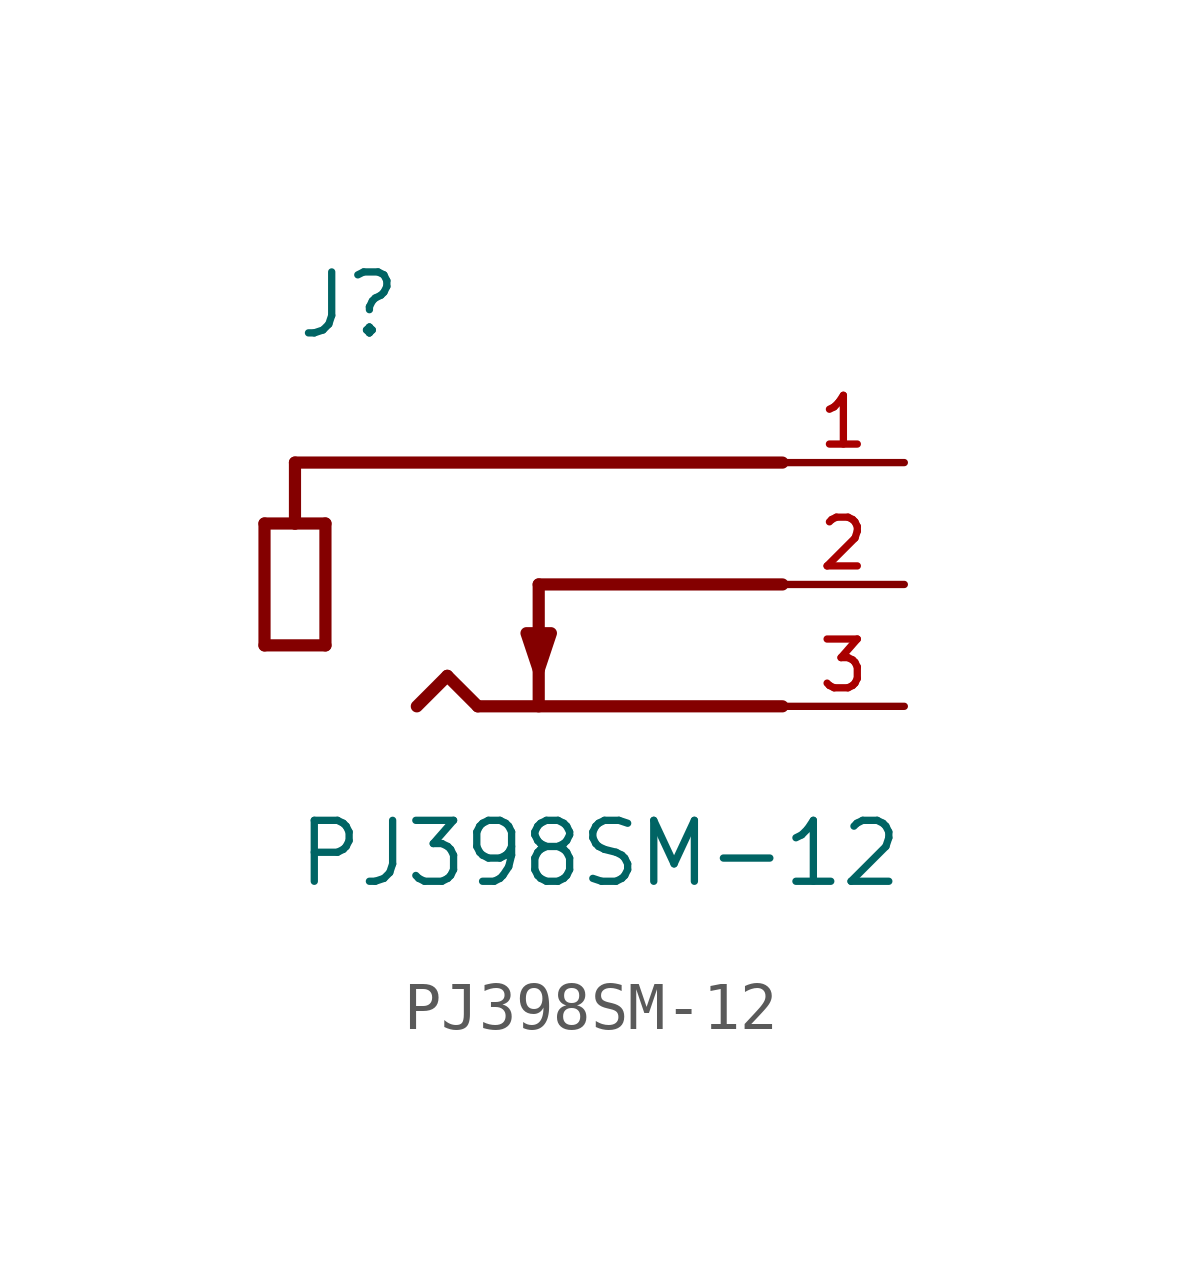
<source format=kicad_sym>
(kicad_symbol_lib
  (version 20211014)
  (generator kicad_symbol_editor)
  (symbol "PJ398SM-12"
    (pin_names
      (offset 1.016))
    (property "Reference" "J"
      (at -5.08 2.54 0)
      (effects (font (size 1.27 1.27)) (justify bottom left)))
    (property "Value" "PJ398SM-12"
      (at -5.08 -8.89 0)
      (effects (font (size 1.27 1.27)) (justify bottom left)))
    (symbol "PJ398SM-12_0_0"
      (polyline (pts (xy 5.08 0.0) (xy -5.08 0.0)) (stroke (width 0.254)))
      (polyline (pts (xy 5.08 -5.08) (xy -1.27 -5.08)) (stroke (width 0.254)))
      (polyline (pts (xy -5.08 0.0) (xy -5.08 -1.27)) (stroke (width 0.254)))
      (polyline (pts (xy -5.08 -1.27) (xy -4.445 -1.27)) (stroke (width 0.254)))
      (polyline (pts (xy -4.445 -1.27) (xy -4.445 -3.81)) (stroke (width 0.254)))
      (polyline (pts (xy -4.445 -3.81) (xy -5.715 -3.81)) (stroke (width 0.254)))
      (polyline (pts (xy -5.715 -3.81) (xy -5.715 -1.27)) (stroke (width 0.254)))
      (polyline (pts (xy -5.715 -1.27) (xy -5.08 -1.27)) (stroke (width 0.254)))
      (polyline (pts (xy -1.27 -5.08) (xy -1.905 -4.445)) (stroke (width 0.254)))
      (polyline (pts (xy -1.905 -4.445) (xy -2.54 -5.08)) (stroke (width 0.254)))
      (polyline (pts (xy 0.0 -2.54) (xy 0.0 -5.08)) (stroke (width 0.254)))
      (polyline (pts (xy 0.0 -4.318) (xy 0.254 -3.556) (xy -0.254 -3.556) (xy 0.0 -4.318)) (stroke (width 0.254)) (fill (type outline)))
      (polyline (pts (xy 0.0 -2.54) (xy 5.08 -2.54)) (stroke (width 0.254)))
      (pin passive line (at 7.62 0.0 180.0) (length 2.54) (name "~" (effects (font (size 1.016 1.016)))) (number "1" (effects (font (size 1.016 1.016)))))
      (pin passive line (at 7.62 -2.54 180.0) (length 2.54) (name "~" (effects (font (size 1.016 1.016)))) (number "2" (effects (font (size 1.016 1.016)))))
      (pin passive line (at 7.62 -5.08 180.0) (length 2.54) (name "~" (effects (font (size 1.016 1.016)))) (number "3" (effects (font (size 1.016 1.016))))))))
</source>
